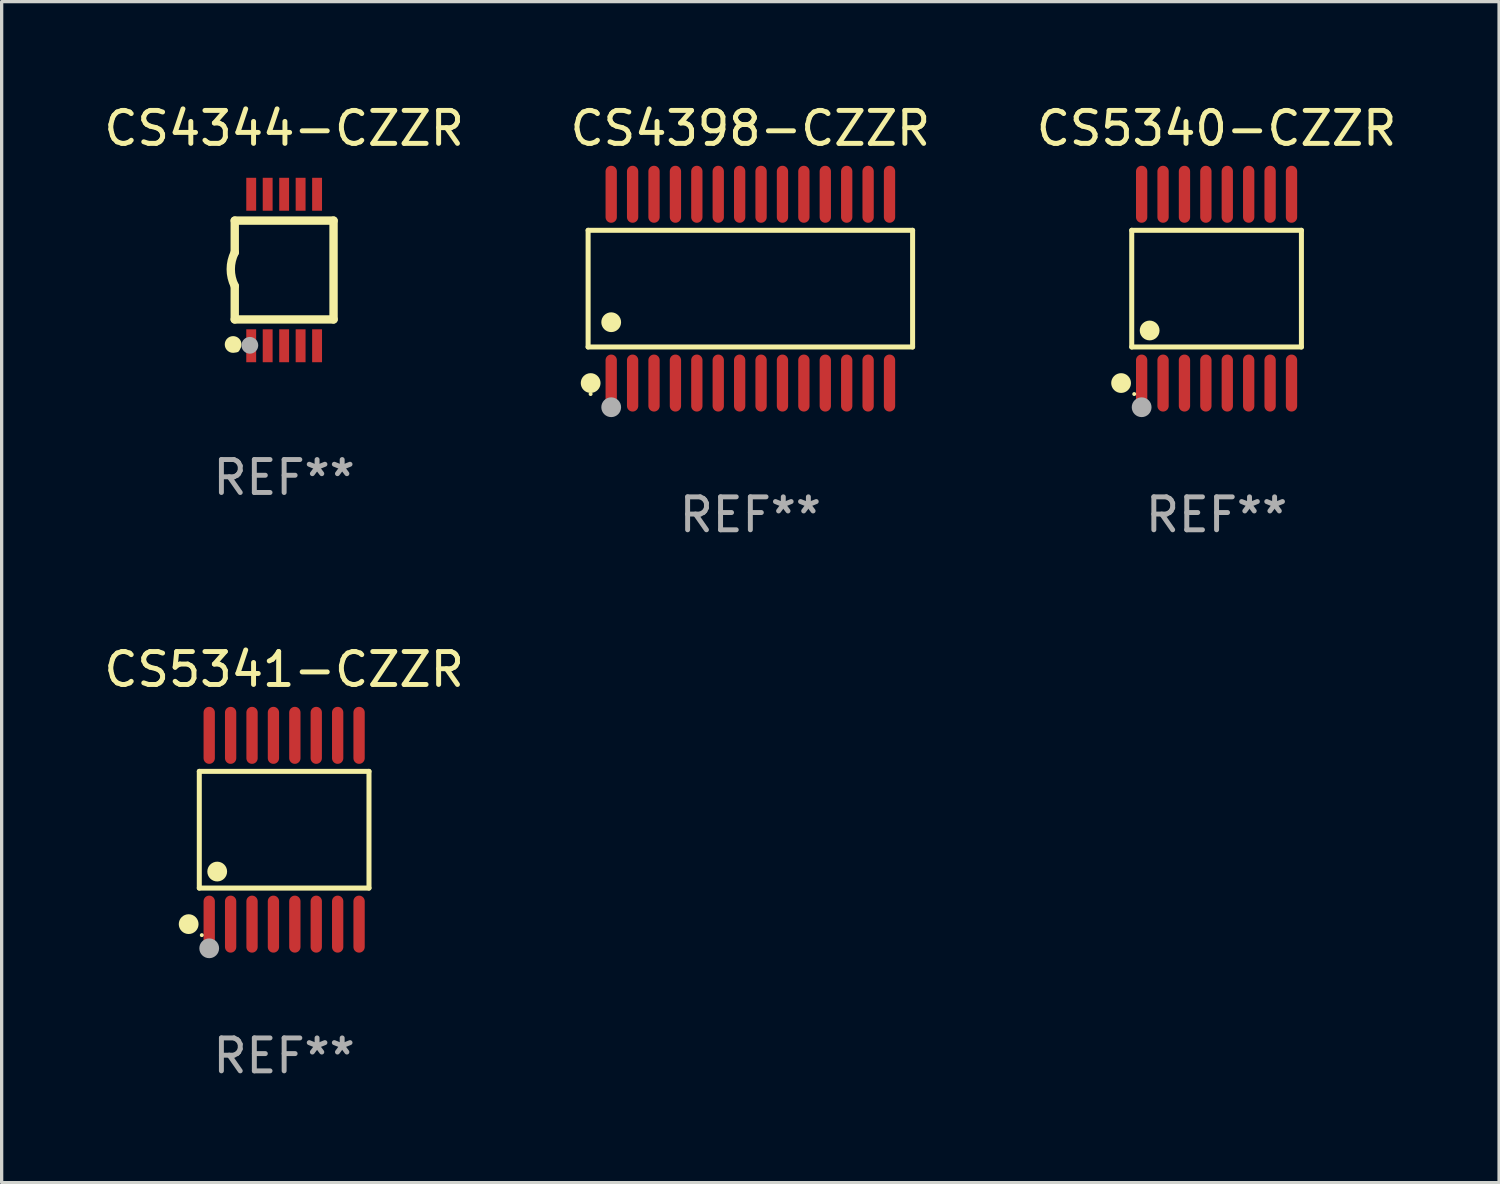
<source format=kicad_pcb>
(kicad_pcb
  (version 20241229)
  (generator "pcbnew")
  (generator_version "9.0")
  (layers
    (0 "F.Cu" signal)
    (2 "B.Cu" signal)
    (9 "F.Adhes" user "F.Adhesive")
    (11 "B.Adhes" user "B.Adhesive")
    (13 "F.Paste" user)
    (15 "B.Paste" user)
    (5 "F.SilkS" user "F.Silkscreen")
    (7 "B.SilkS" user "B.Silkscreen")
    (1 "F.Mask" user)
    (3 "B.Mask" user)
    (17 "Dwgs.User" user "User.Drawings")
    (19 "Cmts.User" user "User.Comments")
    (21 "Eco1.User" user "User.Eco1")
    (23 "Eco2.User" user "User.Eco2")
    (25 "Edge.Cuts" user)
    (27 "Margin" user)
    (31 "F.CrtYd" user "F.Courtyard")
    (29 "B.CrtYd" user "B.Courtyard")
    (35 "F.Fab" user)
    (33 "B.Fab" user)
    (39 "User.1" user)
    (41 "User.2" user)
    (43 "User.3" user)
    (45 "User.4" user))
  (footprint "CS5340-CZZR"
    (layer "F.Cu")
    (at 33.887 5.714)
    (property "Reference" "CS5340-CZZR" (at 0 -4.866 0) (layer "F.SilkS") (effects (font (size 1 1) (thickness 0.15))))
    (attr through_hole)
    (fp_line (start -2.576 -1.772) (end 2.576 -1.772) (stroke (width 0.152) (type solid)) (layer "F.SilkS"))
    (fp_line (start -2.576 1.771) (end -2.576 -1.772) (stroke (width 0.152) (type solid)) (layer "F.SilkS"))
    (fp_line (start 2.576 -1.772) (end 2.576 1.771) (stroke (width 0.152) (type solid)) (layer "F.SilkS"))
    (fp_line (start 2.576 1.771) (end -2.576 1.771) (stroke (width 0.152) (type solid)) (layer "F.SilkS"))
    (fp_circle (center -2.899 2.866) (end -2.749 2.866) (stroke (width 0.3) (type solid)) (fill no) (layer "F.SilkS"))
    (fp_circle (center -2.5 3.2) (end -2.47 3.2) (stroke (width 0.06) (type solid)) (fill no) (layer "F.SilkS"))
    (fp_circle (center -2.032 1.27) (end -1.882 1.27) (stroke (width 0.3) (type solid)) (fill no) (layer "F.SilkS"))
    (fp_circle (center -2.275 3.6) (end -2.125 3.6) (stroke (width 0.3) (type solid)) (fill no) (layer "F.Fab"))
    (fp_text user "REF**" (at 0 6.866 0) (layer "F.Fab") (effects (font (size 1 1) (thickness 0.15))))
    (pad "1" smd oval (at -2.275 2.866) (size 0.343 1.731) (layers "F.Cu" "F.Mask" "F.Paste"))
    (pad "2" smd oval (at -1.625 2.866) (size 0.343 1.731) (layers "F.Cu" "F.Mask" "F.Paste"))
    (pad "3" smd oval (at -0.975 2.866) (size 0.343 1.731) (layers "F.Cu" "F.Mask" "F.Paste"))
    (pad "4" smd oval (at -0.325 2.866) (size 0.343 1.731) (layers "F.Cu" "F.Mask" "F.Paste"))
    (pad "5" smd oval (at 0.325 2.866) (size 0.343 1.731) (layers "F.Cu" "F.Mask" "F.Paste"))
    (pad "6" smd oval (at 0.975 2.866) (size 0.343 1.731) (layers "F.Cu" "F.Mask" "F.Paste"))
    (pad "7" smd oval (at 1.625 2.866) (size 0.343 1.731) (layers "F.Cu" "F.Mask" "F.Paste"))
    (pad "8" smd oval (at 2.275 2.866) (size 0.343 1.731) (layers "F.Cu" "F.Mask" "F.Paste"))
    (pad "9" smd oval (at 2.275 -2.866) (size 0.343 1.731) (layers "F.Cu" "F.Mask" "F.Paste"))
    (pad "10" smd oval (at 1.625 -2.866) (size 0.343 1.731) (layers "F.Cu" "F.Mask" "F.Paste"))
    (pad "11" smd oval (at 0.975 -2.866) (size 0.343 1.731) (layers "F.Cu" "F.Mask" "F.Paste"))
    (pad "12" smd oval (at 0.325 -2.866) (size 0.343 1.731) (layers "F.Cu" "F.Mask" "F.Paste"))
    (pad "13" smd oval (at -0.325 -2.866) (size 0.343 1.731) (layers "F.Cu" "F.Mask" "F.Paste"))
    (pad "14" smd oval (at -0.975 -2.866) (size 0.343 1.731) (layers "F.Cu" "F.Mask" "F.Paste"))
    (pad "15" smd oval (at -1.625 -2.866) (size 0.343 1.731) (layers "F.Cu" "F.Mask" "F.Paste"))
    (pad "16" smd oval (at -2.275 -2.866) (size 0.343 1.731) (layers "F.Cu" "F.Mask" "F.Paste")))
  (footprint "CS4344-CZZR"
    (layer "F.Cu")
    (at 5.577 5.148)
    (property "Reference" "CS4344-CZZR" (at 0 -4.3 0) (layer "F.SilkS") (effects (font (size 1 1) (thickness 0.15))))
    (attr through_hole)
    (fp_line (start -1.5 -1.5) (end -1.5 -0.533) (stroke (width 0.254) (type solid)) (layer "F.SilkS"))
    (fp_line (start -1.5 -1.5) (end 1.5 -1.5) (stroke (width 0.254) (type solid)) (layer "F.SilkS"))
    (fp_line (start -1.5 1.5) (end -1.5 0.483) (stroke (width 0.254) (type solid)) (layer "F.SilkS"))
    (fp_line (start -1.5 1.5) (end 1.5 1.5) (stroke (width 0.254) (type solid)) (layer "F.SilkS"))
    (fp_line (start 1.5 1.5) (end 1.5 -1.5) (stroke (width 0.254) (type solid)) (layer "F.SilkS"))
    (fp_arc (start -1.501015 0.483109) (mid -1.620651 -0.025266) (end -1.5 -0.533401) (stroke (width 0.254001) (type solid)) (layer "F.SilkS"))
    (fp_circle (center -1.549 2.261) (end -1.422 2.261) (stroke (width 0.254) (type solid)) (fill no) (layer "F.SilkS"))
    (fp_circle (center -1.45 2.4) (end -1.4 2.4) (stroke (width 0.1) (type solid)) (fill no) (layer "F.SilkS"))
    (fp_circle (center -1.041 2.286) (end -0.914 2.286) (stroke (width 0.254) (type solid)) (fill no) (layer "F.Fab"))
    (fp_text user "REF**" (at 0 6.3 0) (layer "F.Fab") (effects (font (size 1 1) (thickness 0.15))))
    (pad "1" smd rect (at -1 2.3 90) (size 1 0.3) (layers "F.Cu" "F.Mask" "F.Paste"))
    (pad "2" smd rect (at -0.5 2.3 90) (size 1 0.3) (layers "F.Cu" "F.Mask" "F.Paste"))
    (pad "3" smd rect (at 0.000127 2.3 90) (size 1 0.3) (layers "F.Cu" "F.Mask" "F.Paste"))
    (pad "4" smd rect (at 0.5 2.3 90) (size 1 0.3) (layers "F.Cu" "F.Mask" "F.Paste"))
    (pad "5" smd rect (at 1 2.3 90) (size 1 0.3) (layers "F.Cu" "F.Mask" "F.Paste"))
    (pad "6" smd rect (at 1 -2.3 270) (size 1 0.3) (layers "F.Cu" "F.Mask" "F.Paste"))
    (pad "7" smd rect (at 0.5 -2.3 90) (size 1 0.3) (layers "F.Cu" "F.Mask" "F.Paste"))
    (pad "8" smd rect (at 0.000127 -2.3 90) (size 1 0.3) (layers "F.Cu" "F.Mask" "F.Paste"))
    (pad "9" smd rect (at -0.5 -2.3 90) (size 1 0.3) (layers "F.Cu" "F.Mask" "F.Paste"))
    (pad "10" smd rect (at -1 -2.3 90) (size 1 0.3) (layers "F.Cu" "F.Mask" "F.Paste")))
  (footprint "CS5341-CZZR"
    (layer "F.Cu")
    (at 5.577 22.142)
    (property "Reference" "CS5341-CZZR" (at 0 -4.866 0) (layer "F.SilkS") (effects (font (size 1 1) (thickness 0.15))))
    (attr through_hole)
    (fp_line (start -2.576 -1.772) (end 2.576 -1.772) (stroke (width 0.152) (type solid)) (layer "F.SilkS"))
    (fp_line (start -2.576 1.771) (end -2.576 -1.772) (stroke (width 0.152) (type solid)) (layer "F.SilkS"))
    (fp_line (start 2.576 -1.772) (end 2.576 1.771) (stroke (width 0.152) (type solid)) (layer "F.SilkS"))
    (fp_line (start 2.576 1.771) (end -2.576 1.771) (stroke (width 0.152) (type solid)) (layer "F.SilkS"))
    (fp_circle (center -2.899 2.866) (end -2.749 2.866) (stroke (width 0.3) (type solid)) (fill no) (layer "F.SilkS"))
    (fp_circle (center -2.5 3.2) (end -2.47 3.2) (stroke (width 0.06) (type solid)) (fill no) (layer "F.SilkS"))
    (fp_circle (center -2.032 1.27) (end -1.882 1.27) (stroke (width 0.3) (type solid)) (fill no) (layer "F.SilkS"))
    (fp_circle (center -2.275 3.6) (end -2.125 3.6) (stroke (width 0.3) (type solid)) (fill no) (layer "F.Fab"))
    (fp_text user "REF**" (at 0 6.866 0) (layer "F.Fab") (effects (font (size 1 1) (thickness 0.15))))
    (pad "1" smd oval (at -2.275 2.866) (size 0.343 1.731) (layers "F.Cu" "F.Mask" "F.Paste"))
    (pad "2" smd oval (at -1.625 2.866) (size 0.343 1.731) (layers "F.Cu" "F.Mask" "F.Paste"))
    (pad "3" smd oval (at -0.975 2.866) (size 0.343 1.731) (layers "F.Cu" "F.Mask" "F.Paste"))
    (pad "4" smd oval (at -0.325 2.866) (size 0.343 1.731) (layers "F.Cu" "F.Mask" "F.Paste"))
    (pad "5" smd oval (at 0.325 2.866) (size 0.343 1.731) (layers "F.Cu" "F.Mask" "F.Paste"))
    (pad "6" smd oval (at 0.975 2.866) (size 0.343 1.731) (layers "F.Cu" "F.Mask" "F.Paste"))
    (pad "7" smd oval (at 1.625 2.866) (size 0.343 1.731) (layers "F.Cu" "F.Mask" "F.Paste"))
    (pad "8" smd oval (at 2.275 2.866) (size 0.343 1.731) (layers "F.Cu" "F.Mask" "F.Paste"))
    (pad "9" smd oval (at 2.275 -2.866) (size 0.343 1.731) (layers "F.Cu" "F.Mask" "F.Paste"))
    (pad "10" smd oval (at 1.625 -2.866) (size 0.343 1.731) (layers "F.Cu" "F.Mask" "F.Paste"))
    (pad "11" smd oval (at 0.975 -2.866) (size 0.343 1.731) (layers "F.Cu" "F.Mask" "F.Paste"))
    (pad "12" smd oval (at 0.325 -2.866) (size 0.343 1.731) (layers "F.Cu" "F.Mask" "F.Paste"))
    (pad "13" smd oval (at -0.325 -2.866) (size 0.343 1.731) (layers "F.Cu" "F.Mask" "F.Paste"))
    (pad "14" smd oval (at -0.975 -2.866) (size 0.343 1.731) (layers "F.Cu" "F.Mask" "F.Paste"))
    (pad "15" smd oval (at -1.625 -2.866) (size 0.343 1.731) (layers "F.Cu" "F.Mask" "F.Paste"))
    (pad "16" smd oval (at -2.275 -2.866) (size 0.343 1.731) (layers "F.Cu" "F.Mask" "F.Paste")))
  (footprint "CS4398-CZZR"
    (layer "F.Cu")
    (at 19.732 5.714)
    (property "Reference" "CS4398-CZZR" (at 0 -4.866 0) (layer "F.SilkS") (effects (font (size 1 1) (thickness 0.15))))
    (attr through_hole)
    (fp_line (start -4.926 -1.772) (end 4.926 -1.772) (stroke (width 0.152) (type solid)) (layer "F.SilkS"))
    (fp_line (start -4.926 1.771) (end -4.926 -1.772) (stroke (width 0.152) (type solid)) (layer "F.SilkS"))
    (fp_line (start 4.926 -1.772) (end 4.926 1.771) (stroke (width 0.152) (type solid)) (layer "F.SilkS"))
    (fp_line (start 4.926 1.771) (end -4.926 1.771) (stroke (width 0.152) (type solid)) (layer "F.SilkS"))
    (fp_circle (center -4.85 3.2) (end -4.82 3.2) (stroke (width 0.06) (type solid)) (fill no) (layer "F.SilkS"))
    (fp_circle (center -4.849 2.866) (end -4.699 2.866) (stroke (width 0.3) (type solid)) (fill no) (layer "F.SilkS"))
    (fp_circle (center -4.225 1.019) (end -4.075 1.019) (stroke (width 0.3) (type solid)) (fill no) (layer "F.SilkS"))
    (fp_circle (center -4.225 3.6) (end -4.075 3.6) (stroke (width 0.3) (type solid)) (fill no) (layer "F.Fab"))
    (fp_text user "REF**" (at 0 6.866 0) (layer "F.Fab") (effects (font (size 1 1) (thickness 0.15))))
    (pad "1" smd oval (at -4.225 2.866) (size 0.343 1.731) (layers "F.Cu" "F.Mask" "F.Paste"))
    (pad "2" smd oval (at -3.575 2.866) (size 0.343 1.731) (layers "F.Cu" "F.Mask" "F.Paste"))
    (pad "3" smd oval (at -2.925 2.866) (size 0.343 1.731) (layers "F.Cu" "F.Mask" "F.Paste"))
    (pad "4" smd oval (at -2.275 2.866) (size 0.343 1.731) (layers "F.Cu" "F.Mask" "F.Paste"))
    (pad "5" smd oval (at -1.625 2.866) (size 0.343 1.731) (layers "F.Cu" "F.Mask" "F.Paste"))
    (pad "6" smd oval (at -0.975 2.866) (size 0.343 1.731) (layers "F.Cu" "F.Mask" "F.Paste"))
    (pad "7" smd oval (at -0.325 2.866) (size 0.343 1.731) (layers "F.Cu" "F.Mask" "F.Paste"))
    (pad "8" smd oval (at 0.325 2.866) (size 0.343 1.731) (layers "F.Cu" "F.Mask" "F.Paste"))
    (pad "9" smd oval (at 0.975 2.866) (size 0.343 1.731) (layers "F.Cu" "F.Mask" "F.Paste"))
    (pad "10" smd oval (at 1.625 2.866) (size 0.343 1.731) (layers "F.Cu" "F.Mask" "F.Paste"))
    (pad "11" smd oval (at 2.275 2.866) (size 0.343 1.731) (layers "F.Cu" "F.Mask" "F.Paste"))
    (pad "12" smd oval (at 2.925 2.866) (size 0.343 1.731) (layers "F.Cu" "F.Mask" "F.Paste"))
    (pad "13" smd oval (at 3.575 2.866) (size 0.343 1.731) (layers "F.Cu" "F.Mask" "F.Paste"))
    (pad "14" smd oval (at 4.225 2.866) (size 0.343 1.731) (layers "F.Cu" "F.Mask" "F.Paste"))
    (pad "15" smd oval (at 4.225 -2.866) (size 0.343 1.731) (layers "F.Cu" "F.Mask" "F.Paste"))
    (pad "16" smd oval (at 3.575 -2.866) (size 0.343 1.731) (layers "F.Cu" "F.Mask" "F.Paste"))
    (pad "17" smd oval (at 2.925 -2.866) (size 0.343 1.731) (layers "F.Cu" "F.Mask" "F.Paste"))
    (pad "18" smd oval (at 2.275 -2.866) (size 0.343 1.731) (layers "F.Cu" "F.Mask" "F.Paste"))
    (pad "19" smd oval (at 1.625 -2.866) (size 0.343 1.731) (layers "F.Cu" "F.Mask" "F.Paste"))
    (pad "20" smd oval (at 0.975 -2.866) (size 0.343 1.731) (layers "F.Cu" "F.Mask" "F.Paste"))
    (pad "21" smd oval (at 0.325 -2.866) (size 0.343 1.731) (layers "F.Cu" "F.Mask" "F.Paste"))
    (pad "22" smd oval (at -0.325 -2.866) (size 0.343 1.731) (layers "F.Cu" "F.Mask" "F.Paste"))
    (pad "23" smd oval (at -0.975 -2.866) (size 0.343 1.731) (layers "F.Cu" "F.Mask" "F.Paste"))
    (pad "24" smd oval (at -1.625 -2.866) (size 0.343 1.731) (layers "F.Cu" "F.Mask" "F.Paste"))
    (pad "25" smd oval (at -2.275 -2.866) (size 0.343 1.731) (layers "F.Cu" "F.Mask" "F.Paste"))
    (pad "26" smd oval (at -2.925 -2.866) (size 0.343 1.731) (layers "F.Cu" "F.Mask" "F.Paste"))
    (pad "27" smd oval (at -3.575 -2.866) (size 0.343 1.731) (layers "F.Cu" "F.Mask" "F.Paste"))
    (pad "28" smd oval (at -4.225 -2.866) (size 0.343 1.731) (layers "F.Cu" "F.Mask" "F.Paste")))
  (gr_rect
    (start -3 -3)
    (end 42.464 32.856)
    (stroke (width 0.1) (type default))
    (fill no)
    (layer "Edge.Cuts")))
</source>
